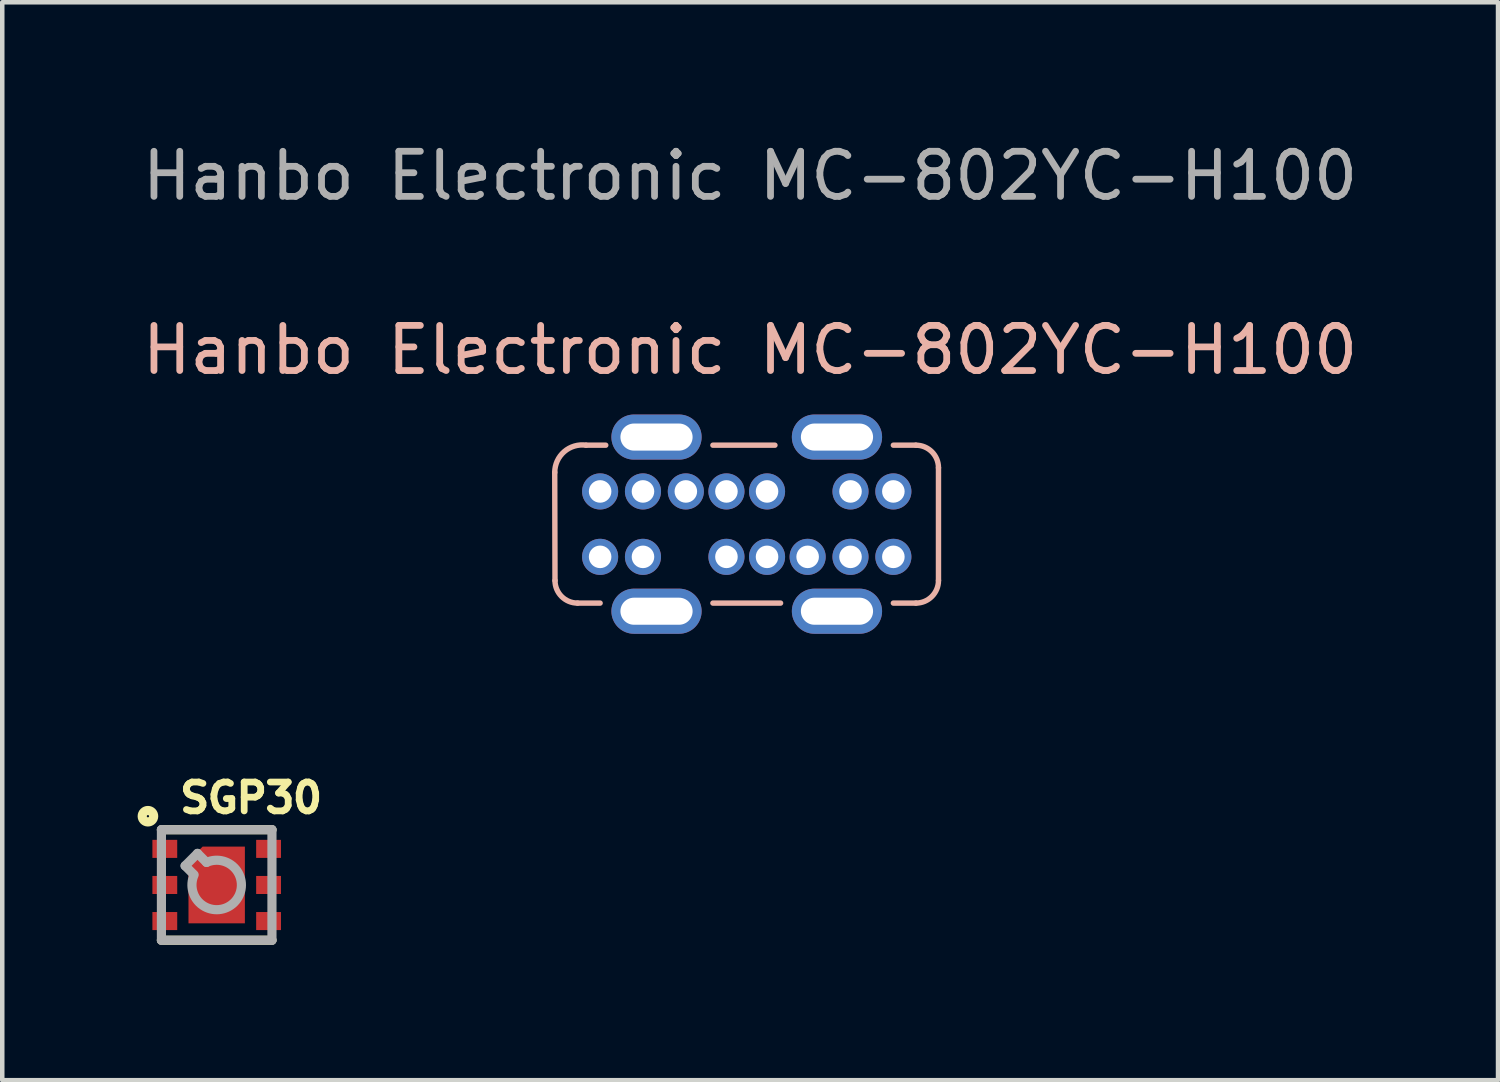
<source format=kicad_pcb>
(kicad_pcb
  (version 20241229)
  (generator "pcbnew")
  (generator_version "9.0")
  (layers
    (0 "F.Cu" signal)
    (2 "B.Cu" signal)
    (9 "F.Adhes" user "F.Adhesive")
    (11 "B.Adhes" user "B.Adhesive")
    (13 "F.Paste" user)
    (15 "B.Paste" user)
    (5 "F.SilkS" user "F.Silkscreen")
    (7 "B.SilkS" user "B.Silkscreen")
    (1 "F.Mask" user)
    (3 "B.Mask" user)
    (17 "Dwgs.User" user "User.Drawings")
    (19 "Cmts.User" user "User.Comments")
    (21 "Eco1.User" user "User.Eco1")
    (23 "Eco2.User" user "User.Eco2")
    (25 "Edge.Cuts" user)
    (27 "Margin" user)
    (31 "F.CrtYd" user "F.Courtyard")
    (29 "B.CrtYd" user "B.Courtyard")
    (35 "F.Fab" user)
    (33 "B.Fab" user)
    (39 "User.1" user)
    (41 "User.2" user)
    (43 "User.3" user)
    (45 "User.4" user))
  (footprint "Hanbo Electronic MC-802YC-H100"
    (layer "F.Cu")
    (at 13.502 8.568)
    (property "Reference" "Hanbo Electronic MC-802YC-H100" (at 0.075 -3.86 0) (unlocked yes) (layer "B.SilkS") (effects (font (size 1 1) (thickness 0.15))))
    (attr through_hole)
    (fp_line (start -4.256 -1.146) (end -4.25 1.25) (stroke (width 0.12) (type default)) (layer "B.SilkS"))
    (fp_line (start -3.75 1.75) (end -3.25 1.75) (stroke (width 0.12) (type default)) (layer "B.SilkS"))
    (fp_line (start -3.125 -1.75) (end -3.562 -1.75) (stroke (width 0.12) (type default)) (layer "B.SilkS"))
    (fp_line (start -0.75 -1.75) (end 0.625 -1.75) (stroke (width 0.12) (type default)) (layer "B.SilkS"))
    (fp_line (start -0.75 1.75) (end 0.75 1.75) (stroke (width 0.12) (type default)) (layer "B.SilkS"))
    (fp_line (start 3.25 1.75) (end 3.75 1.75) (stroke (width 0.12) (type default)) (layer "B.SilkS"))
    (fp_line (start 3.75 -1.75) (end 3.25 -1.75) (stroke (width 0.12) (type default)) (layer "B.SilkS"))
    (fp_line (start 4.25 1.25) (end 4.25 -1.25) (stroke (width 0.12) (type default)) (layer "B.SilkS"))
    (fp_arc (start -4.25581 -1.146447) (mid -4.046553 -1.606054) (end -3.5625 -1.75) (stroke (width 0.12) (type default)) (layer "B.SilkS"))
    (fp_arc (start -3.75 1.75) (mid -4.103553 1.603553) (end -4.25 1.25) (stroke (width 0.12) (type default)) (layer "B.SilkS"))
    (fp_arc (start 3.75 -1.75) (mid 4.103553 -1.603553) (end 4.25 -1.25) (stroke (width 0.12) (type default)) (layer "B.SilkS"))
    (fp_arc (start 4.25 1.25) (mid 4.103553 1.603553) (end 3.75 1.75) (stroke (width 0.12) (type default)) (layer "B.SilkS"))
    (fp_text user "${REFERENCE}" (at 0.075 -7.72 0) (unlocked yes) (layer "F.Fab") (effects (font (size 1 1) (thickness 0.15))))
    (pad "A1" thru_hole circle (at -3.25 -0.725) (size 0.8 0.8) (drill 0.5) (layers "*.Cu" "*.Mask"))
    (pad "A4" thru_hole circle (at -2.3 -0.725) (size 0.8 0.8) (drill 0.5) (layers "*.Cu" "*.Mask"))
    (pad "A5" thru_hole circle (at -1.35 -0.725) (size 0.8 0.8) (drill 0.5) (layers "*.Cu" "*.Mask"))
    (pad "A6" thru_hole circle (at -0.45 -0.725) (size 0.8 0.8) (drill 0.5) (layers "*.Cu" "*.Mask"))
    (pad "A7" thru_hole circle (at 0.45 -0.725) (size 0.8 0.8) (drill 0.5) (layers "*.Cu" "*.Mask"))
    (pad "A9" thru_hole circle (at 2.3 -0.725) (size 0.8 0.8) (drill 0.5) (layers "*.Cu" "*.Mask"))
    (pad "A12" thru_hole circle (at 3.25 -0.725) (size 0.8 0.8) (drill 0.5) (layers "*.Cu" "*.Mask"))
    (pad "B1" thru_hole circle (at 3.25 0.725) (size 0.8 0.8) (drill 0.5) (layers "*.Cu" "*.Mask"))
    (pad "B4" thru_hole circle (at 2.3 0.725) (size 0.8 0.8) (drill 0.5) (layers "*.Cu" "*.Mask"))
    (pad "B5" thru_hole circle (at 1.35 0.725) (size 0.8 0.8) (drill 0.5) (layers "*.Cu" "*.Mask"))
    (pad "B6" thru_hole circle (at 0.45 0.725) (size 0.8 0.8) (drill 0.5) (layers "*.Cu" "*.Mask"))
    (pad "B7" thru_hole circle (at -0.45 0.725) (size 0.8 0.8) (drill 0.5) (layers "*.Cu" "*.Mask"))
    (pad "B9" thru_hole circle (at -2.3 0.725) (size 0.8 0.8) (drill 0.5) (layers "*.Cu" "*.Mask"))
    (pad "B12" thru_hole circle (at -3.25 0.725) (size 0.8 0.8) (drill 0.5) (layers "*.Cu" "*.Mask"))
    (pad "SHIELD" thru_hole oval (at -2 -1.93) (size 2 1) (drill oval 1.6 0.6) (layers "*.Cu" "*.Mask"))
    (pad "SHIELD" thru_hole oval (at -2 1.93) (size 2 1) (drill oval 1.6 0.6) (layers "*.Cu" "*.Mask"))
    (pad "SHIELD" thru_hole oval (at 2 -1.93) (size 2 1) (drill oval 1.6 0.6) (layers "*.Cu" "*.Mask"))
    (pad "SHIELD" thru_hole oval (at 2 1.93) (size 2 1) (drill oval 1.6 0.6) (layers "*.Cu" "*.Mask")))
  (footprint "SGP30"
    (layer "F.Cu")
    (at 1.753 16.566)
    (property "Reference" "SGP30" (at 0.762 -1.93 0) (layer "F.SilkS") (effects (font (size 0.64 0.64) (thickness 0.15))))
    (attr smd)
    (fp_poly (pts (xy -0.625 -0.55) (xy -0.325 -0.85) (xy 0.625 -0.85) (xy 0.625 0.85) (xy -0.625 0.85)) (stroke (width 0.01) (type solid)) (fill yes) (layer "F.Mask"))
    (fp_line (start -1.225 -1.225) (end 1.225 -1.225) (stroke (width 0.203) (type solid)) (layer "F.SilkS"))
    (fp_line (start 1.225 1.225) (end -1.225 1.225) (stroke (width 0.203) (type solid)) (layer "F.SilkS"))
    (fp_circle (center -1.524 -1.524) (end -1.397 -1.524) (stroke (width 0.203) (type solid)) (fill no) (layer "F.SilkS"))
    (fp_poly (pts (xy -1.525 -1) (xy -0.975 -1) (xy -0.975 -0.6) (xy -1.525 -0.6)) (stroke (width 0.01) (type solid)) (fill yes) (layer "F.Paste"))
    (fp_poly (pts (xy -1.525 -0.2) (xy -0.975 -0.2) (xy -0.975 0.2) (xy -1.525 0.2)) (stroke (width 0.01) (type solid)) (fill yes) (layer "F.Paste"))
    (fp_poly (pts (xy -1.525 0.6) (xy -0.975 0.6) (xy -0.975 1) (xy -1.525 1)) (stroke (width 0.01) (type solid)) (fill yes) (layer "F.Paste"))
    (fp_poly (pts (xy 0.975 -1) (xy 1.525 -1) (xy 1.525 -0.6) (xy 0.975 -0.6)) (stroke (width 0.01) (type solid)) (fill yes) (layer "F.Paste"))
    (fp_poly (pts (xy 0.975 -0.2) (xy 1.525 -0.2) (xy 1.525 0.2) (xy 0.975 0.2)) (stroke (width 0.01) (type solid)) (fill yes) (layer "F.Paste"))
    (fp_poly (pts (xy 0.975 0.6) (xy 1.525 0.6) (xy 1.525 1) (xy 0.975 1)) (stroke (width 0.01) (type solid)) (fill yes) (layer "F.Paste"))
    (fp_poly (pts (xy -0.525 -0.525) (xy -0.275 -0.775) (xy 0.525 -0.775) (xy 0.525 0.75) (xy -0.525 0.75)) (stroke (width 0.01) (type solid)) (fill yes) (layer "F.Paste"))
    (fp_line (start -1.225 -1.225) (end -1.225 1.225) (stroke (width 0.203) (type solid)) (layer "F.Fab"))
    (fp_line (start -1.225 1.225) (end 1.225 1.225) (stroke (width 0.203) (type solid)) (layer "F.Fab"))
    (fp_line (start -0.7 -0.425) (end -0.525 -0.25) (stroke (width 0.203) (type solid)) (layer "F.Fab"))
    (fp_line (start -0.425 -0.7) (end -0.7 -0.425) (stroke (width 0.203) (type solid)) (layer "F.Fab"))
    (fp_line (start -0.225 -0.5) (end -0.425 -0.7) (stroke (width 0.203) (type solid)) (layer "F.Fab"))
    (fp_line (start 1.225 -1.225) (end -1.225 -1.225) (stroke (width 0.203) (type solid)) (layer "F.Fab"))
    (fp_line (start 1.225 1.225) (end 1.225 -1.225) (stroke (width 0.203) (type solid)) (layer "F.Fab"))
    (fp_arc (start -0.224995 -0.499995) (mid 0.387697 0.387697) (end -0.499995 -0.224995) (stroke (width 0.2032) (type solid)) (layer "F.Fab"))
    (pad "1" smd rect (at -1.15 -0.8) (size 0.55 0.4) (layers "F.Cu" "F.Mask"))
    (pad "2" smd rect (at -1.15 0.000005) (size 0.55 0.4) (layers "F.Cu" "F.Mask"))
    (pad "3" smd rect (at -1.15 0.8) (size 0.55 0.4) (layers "F.Cu" "F.Mask"))
    (pad "4" smd rect (at 1.15 0.8) (size 0.55 0.4) (layers "F.Cu" "F.Mask"))
    (pad "5" smd rect (at 1.15 0.000005) (size 0.55 0.4) (layers "F.Cu" "F.Mask"))
    (pad "6" smd rect (at 1.15 -0.8) (size 0.55 0.4) (layers "F.Cu" "F.Mask"))
    (pad "7" smd roundrect (at 0 0) (size 1.25 1.7) (layers "F.Cu" "F.Mask" "F.Paste") (roundrect_rratio 0) (chamfer_ratio 0.25) (chamfer top_left)))
  (gr_rect
    (start -3 -3)
    (end 30.155 20.893)
    (stroke (width 0.1) (type default))
    (fill no)
    (layer "Edge.Cuts")))
</source>
